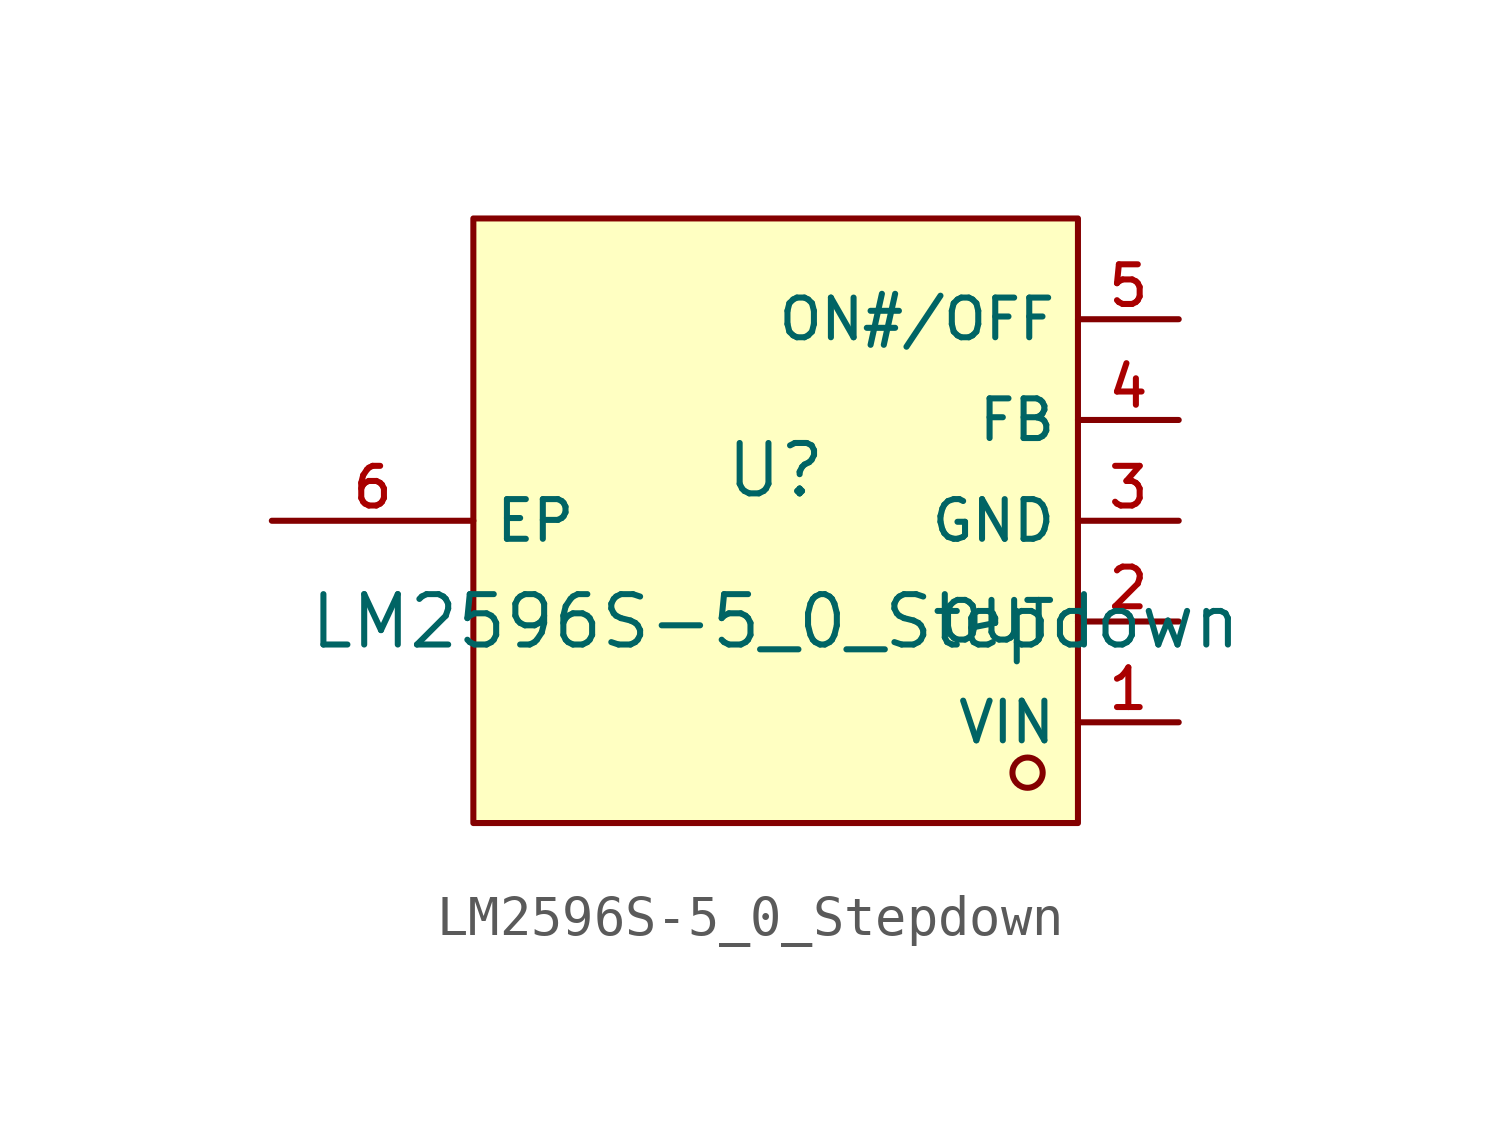
<source format=kicad_sym>
(kicad_symbol_lib
  (version 20231120)
  (generator "kicad_symbol_editor")
  (generator_version "8.0")
  (symbol "LM2596S-5_0_Stepdown"
    (property "Reference" "U"
      (at 0 1.27 0)
      (effects (font (size 1.27 1.27))))
    (property "Value" "LM2596S-5_0_Stepdown"
      (at 0 -2.54 0)
      (effects (font (size 1.27 1.27))))
    (symbol "LM2596S-5_0_Stepdown_0_1"
      (rectangle (start -7.62 7.62) (end 7.62 -7.62) (stroke (width 0) (type default)) (fill (type background)))
      (circle (center 6.35 -6.35) (radius 0.381) (stroke (width 0) (type default)) (fill (type background)))
      (pin unspecified line (at 10.16 -5.08 180) (length 2.54) (name "VIN" (effects (font (size 1 1)))) (number "1" (effects (font (size 1 1)))))
      (pin unspecified line (at 10.16 -2.54 180) (length 2.54) (name "OUT" (effects (font (size 1 1)))) (number "2" (effects (font (size 1 1)))))
      (pin unspecified line (at 10.16 0 180) (length 2.54) (name "GND" (effects (font (size 1 1)))) (number "3" (effects (font (size 1 1)))))
      (pin unspecified line (at 10.16 2.54 180) (length 2.54) (name "FB" (effects (font (size 1 1)))) (number "4" (effects (font (size 1 1)))))
      (pin unspecified line (at 10.16 5.08 180) (length 2.54) (name "ON#/OFF" (effects (font (size 1 1)))) (number "5" (effects (font (size 1 1)))))
      (pin unspecified line (at -12.7 0 0) (length 5.08) (name "EP" (effects (font (size 1 1)))) (number "6" (effects (font (size 1 1))))))))
</source>
